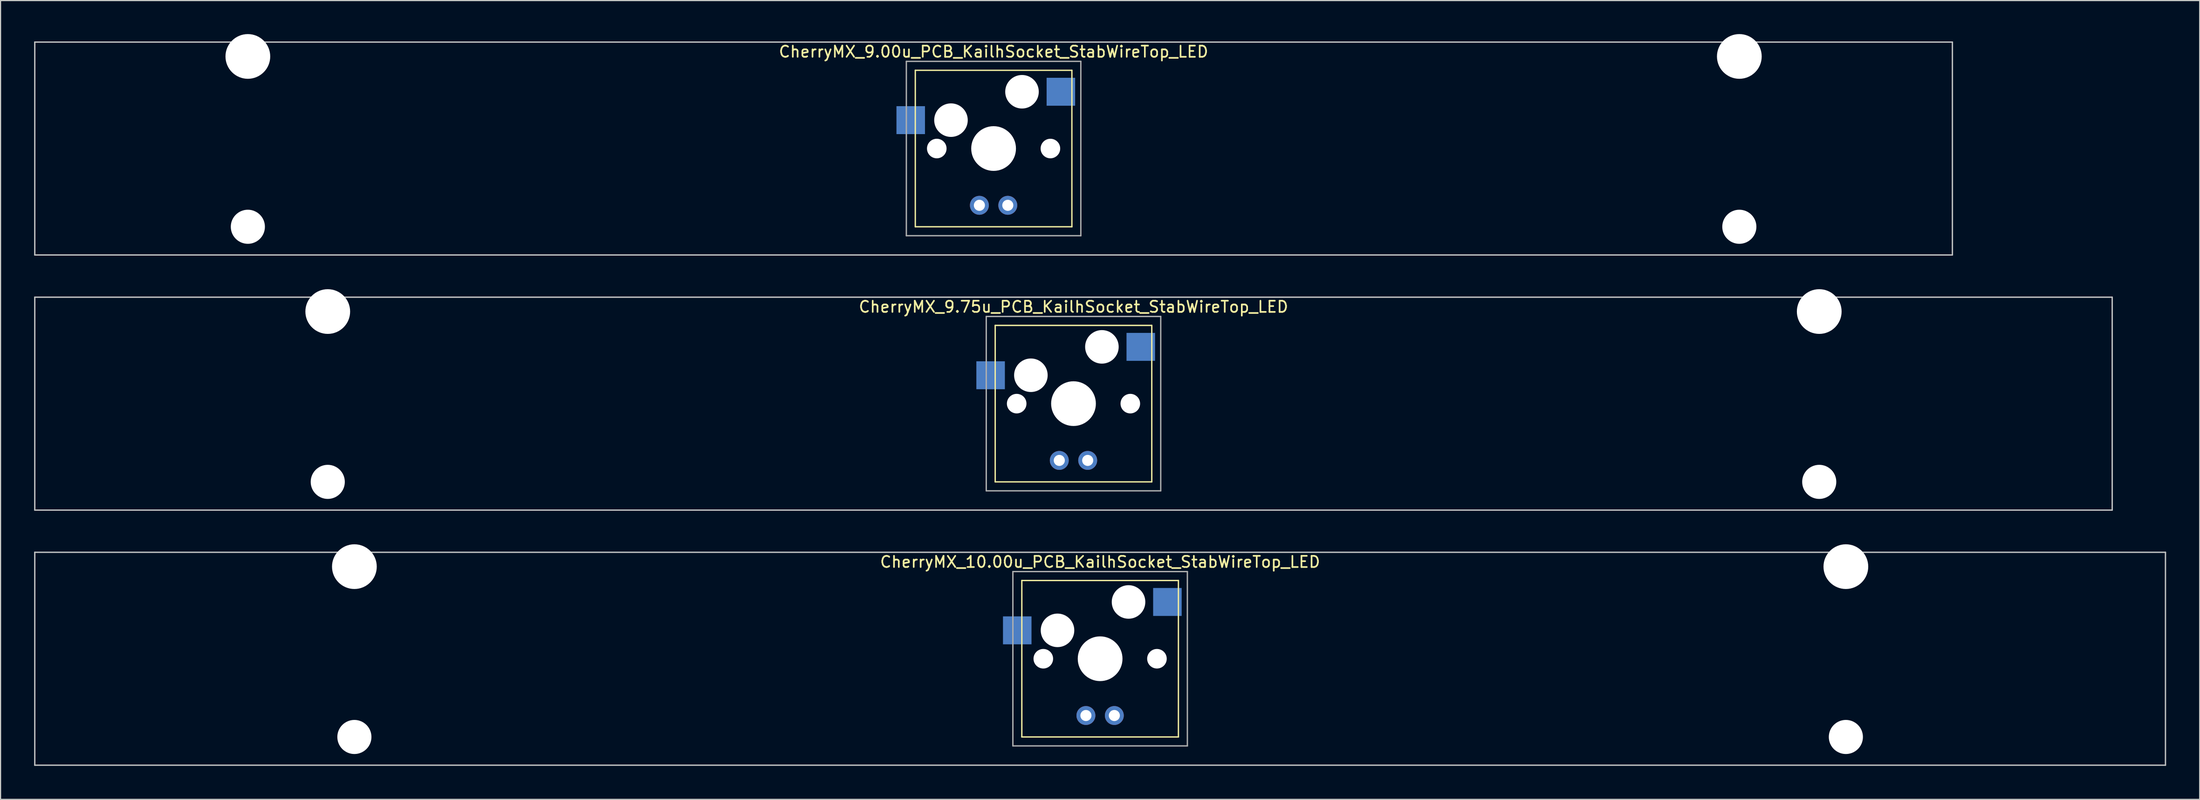
<source format=kicad_pcb>
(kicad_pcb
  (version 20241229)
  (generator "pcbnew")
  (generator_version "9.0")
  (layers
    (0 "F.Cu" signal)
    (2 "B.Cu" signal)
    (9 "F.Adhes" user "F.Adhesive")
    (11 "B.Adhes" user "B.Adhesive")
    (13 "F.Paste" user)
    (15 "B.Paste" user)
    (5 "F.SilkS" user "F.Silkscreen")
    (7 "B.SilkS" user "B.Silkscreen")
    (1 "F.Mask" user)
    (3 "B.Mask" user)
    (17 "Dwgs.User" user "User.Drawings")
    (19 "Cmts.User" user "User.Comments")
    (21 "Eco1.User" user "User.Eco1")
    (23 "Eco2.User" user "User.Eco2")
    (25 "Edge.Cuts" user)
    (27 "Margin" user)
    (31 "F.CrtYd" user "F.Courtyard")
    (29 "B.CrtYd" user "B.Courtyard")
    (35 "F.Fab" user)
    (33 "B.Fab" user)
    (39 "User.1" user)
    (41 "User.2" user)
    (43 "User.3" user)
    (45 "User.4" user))
  (footprint "CherryMX_10.00u_PCB_KailhSocket_StabWireTop_LED"
    (layer "F.Cu")
    (at 95.31 55.89)
    (property "Reference" "CherryMX_10.00u_PCB_KailhSocket_StabWireTop_LED" (at 0 -8.662 0) (layer "F.SilkS") (effects (font (size 1 1) (thickness 0.15))))
    (attr through_hole)
    (fp_line (start -7 -7) (end -7 7) (stroke (width 0.12) (type solid)) (layer "F.SilkS"))
    (fp_line (start -7 -7) (end 7 -7) (stroke (width 0.12) (type solid)) (layer "F.SilkS"))
    (fp_line (start 7 -7) (end 7 7) (stroke (width 0.12) (type solid)) (layer "F.SilkS"))
    (fp_line (start 7 7) (end -7 7) (stroke (width 0.12) (type solid)) (layer "F.SilkS"))
    (fp_line (start -95.25 -9.525) (end 95.25 -9.525) (stroke (width 0.12) (type solid)) (layer "Dwgs.User"))
    (fp_line (start -95.25 9.525) (end -95.25 -9.525) (stroke (width 0.12) (type solid)) (layer "Dwgs.User"))
    (fp_line (start 95.25 -9.525) (end 95.25 9.525) (stroke (width 0.12) (type solid)) (layer "Dwgs.User"))
    (fp_line (start 95.25 9.525) (end -95.25 9.525) (stroke (width 0.12) (type solid)) (layer "Dwgs.User"))
    (fp_line (start -7.8 -7.8) (end -7.8 7.8) (stroke (width 0.12) (type solid)) (layer "F.Fab"))
    (fp_line (start -7.8 -7.8) (end 7.8 -7.8) (stroke (width 0.12) (type solid)) (layer "F.Fab"))
    (fp_line (start -7.8 7.8) (end 7.8 7.8) (stroke (width 0.12) (type solid)) (layer "F.Fab"))
    (fp_line (start 7.8 -7.8) (end 7.8 7.8) (stroke (width 0.12) (type solid)) (layer "F.Fab"))
    (pad "" np_thru_hole circle (at -66.675 -8.24) (size 4 4) (drill 4) (layers "*.Cu" "*.Mask"))
    (pad "" np_thru_hole circle (at -66.675 7) (size 3.05 3.05) (drill 3.05) (layers "*.Cu" "*.Mask"))
    (pad "" np_thru_hole circle (at -5.08 0) (size 1.75 1.75) (drill 1.75) (layers "*.Cu" "*.Mask"))
    (pad "" np_thru_hole circle (at -3.81 -2.54) (size 3 3) (drill 3) (layers "*.Cu" "*.Mask"))
    (pad "" np_thru_hole circle (at 0 0) (size 4 4) (drill 4) (layers "*.Cu" "*.Mask"))
    (pad "" np_thru_hole circle (at 2.54 -5.08) (size 3 3) (drill 3) (layers "*.Cu" "*.Mask"))
    (pad "" np_thru_hole circle (at 5.08 0) (size 1.75 1.75) (drill 1.75) (layers "*.Cu" "*.Mask"))
    (pad "" np_thru_hole circle (at 66.675 -8.24) (size 4 4) (drill 4) (layers "*.Cu" "*.Mask"))
    (pad "" np_thru_hole circle (at 66.675 7) (size 3.05 3.05) (drill 3.05) (layers "*.Cu" "*.Mask"))
    (pad "1" smd rect (at -7.41 -2.54) (size 2.55 2.5) (layers "B.Cu" "B.Mask" "B.Paste"))
    (pad "2" smd rect (at 6.015 -5.08) (size 2.55 2.5) (layers "B.Cu" "B.Mask" "B.Paste"))
    (pad "3" thru_hole circle (at -1.27 5.08) (size 1.691 1.691) (drill 0.991) (layers "*.Cu" "*.Mask"))
    (pad "4" thru_hole circle (at 1.27 5.08) (size 1.691 1.691) (drill 0.991) (layers "*.Cu" "*.Mask")))
  (footprint "CherryMX_9.00u_PCB_KailhSocket_StabWireTop_LED"
    (layer "F.Cu")
    (at 85.785 10.24)
    (property "Reference" "CherryMX_9.00u_PCB_KailhSocket_StabWireTop_LED" (at 0 -8.662 0) (layer "F.SilkS") (effects (font (size 1 1) (thickness 0.15))))
    (attr through_hole)
    (fp_line (start -7 -7) (end -7 7) (stroke (width 0.12) (type solid)) (layer "F.SilkS"))
    (fp_line (start -7 -7) (end 7 -7) (stroke (width 0.12) (type solid)) (layer "F.SilkS"))
    (fp_line (start 7 -7) (end 7 7) (stroke (width 0.12) (type solid)) (layer "F.SilkS"))
    (fp_line (start 7 7) (end -7 7) (stroke (width 0.12) (type solid)) (layer "F.SilkS"))
    (fp_line (start -85.725 -9.525) (end 85.725 -9.525) (stroke (width 0.12) (type solid)) (layer "Dwgs.User"))
    (fp_line (start -85.725 9.525) (end -85.725 -9.525) (stroke (width 0.12) (type solid)) (layer "Dwgs.User"))
    (fp_line (start 85.725 -9.525) (end 85.725 9.525) (stroke (width 0.12) (type solid)) (layer "Dwgs.User"))
    (fp_line (start 85.725 9.525) (end -85.725 9.525) (stroke (width 0.12) (type solid)) (layer "Dwgs.User"))
    (fp_line (start -7.8 -7.8) (end -7.8 7.8) (stroke (width 0.12) (type solid)) (layer "F.Fab"))
    (fp_line (start -7.8 -7.8) (end 7.8 -7.8) (stroke (width 0.12) (type solid)) (layer "F.Fab"))
    (fp_line (start -7.8 7.8) (end 7.8 7.8) (stroke (width 0.12) (type solid)) (layer "F.Fab"))
    (fp_line (start 7.8 -7.8) (end 7.8 7.8) (stroke (width 0.12) (type solid)) (layer "F.Fab"))
    (pad "" np_thru_hole circle (at -66.675 -8.24) (size 4 4) (drill 4) (layers "*.Cu" "*.Mask"))
    (pad "" np_thru_hole circle (at -66.675 7) (size 3.05 3.05) (drill 3.05) (layers "*.Cu" "*.Mask"))
    (pad "" np_thru_hole circle (at -5.08 0) (size 1.75 1.75) (drill 1.75) (layers "*.Cu" "*.Mask"))
    (pad "" np_thru_hole circle (at -3.81 -2.54) (size 3 3) (drill 3) (layers "*.Cu" "*.Mask"))
    (pad "" np_thru_hole circle (at 0 0) (size 4 4) (drill 4) (layers "*.Cu" "*.Mask"))
    (pad "" np_thru_hole circle (at 2.54 -5.08) (size 3 3) (drill 3) (layers "*.Cu" "*.Mask"))
    (pad "" np_thru_hole circle (at 5.08 0) (size 1.75 1.75) (drill 1.75) (layers "*.Cu" "*.Mask"))
    (pad "" np_thru_hole circle (at 66.675 -8.24) (size 4 4) (drill 4) (layers "*.Cu" "*.Mask"))
    (pad "" np_thru_hole circle (at 66.675 7) (size 3.05 3.05) (drill 3.05) (layers "*.Cu" "*.Mask"))
    (pad "1" smd rect (at -7.41 -2.54) (size 2.55 2.5) (layers "B.Cu" "B.Mask" "B.Paste"))
    (pad "2" smd rect (at 6.015 -5.08) (size 2.55 2.5) (layers "B.Cu" "B.Mask" "B.Paste"))
    (pad "3" thru_hole circle (at -1.27 5.08) (size 1.691 1.691) (drill 0.991) (layers "*.Cu" "*.Mask"))
    (pad "4" thru_hole circle (at 1.27 5.08) (size 1.691 1.691) (drill 0.991) (layers "*.Cu" "*.Mask")))
  (footprint "CherryMX_9.75u_PCB_KailhSocket_StabWireTop_LED"
    (layer "F.Cu")
    (at 92.929 33.065)
    (property "Reference" "CherryMX_9.75u_PCB_KailhSocket_StabWireTop_LED" (at 0 -8.662 0) (layer "F.SilkS") (effects (font (size 1 1) (thickness 0.15))))
    (attr through_hole)
    (fp_line (start -7 -7) (end -7 7) (stroke (width 0.12) (type solid)) (layer "F.SilkS"))
    (fp_line (start -7 -7) (end 7 -7) (stroke (width 0.12) (type solid)) (layer "F.SilkS"))
    (fp_line (start 7 -7) (end 7 7) (stroke (width 0.12) (type solid)) (layer "F.SilkS"))
    (fp_line (start 7 7) (end -7 7) (stroke (width 0.12) (type solid)) (layer "F.SilkS"))
    (fp_line (start -92.869 -9.525) (end 92.869 -9.525) (stroke (width 0.12) (type solid)) (layer "Dwgs.User"))
    (fp_line (start -92.869 9.525) (end -92.869 -9.525) (stroke (width 0.12) (type solid)) (layer "Dwgs.User"))
    (fp_line (start 92.869 -9.525) (end 92.869 9.525) (stroke (width 0.12) (type solid)) (layer "Dwgs.User"))
    (fp_line (start 92.869 9.525) (end -92.869 9.525) (stroke (width 0.12) (type solid)) (layer "Dwgs.User"))
    (fp_line (start -7.8 -7.8) (end -7.8 7.8) (stroke (width 0.12) (type solid)) (layer "F.Fab"))
    (fp_line (start -7.8 -7.8) (end 7.8 -7.8) (stroke (width 0.12) (type solid)) (layer "F.Fab"))
    (fp_line (start -7.8 7.8) (end 7.8 7.8) (stroke (width 0.12) (type solid)) (layer "F.Fab"))
    (fp_line (start 7.8 -7.8) (end 7.8 7.8) (stroke (width 0.12) (type solid)) (layer "F.Fab"))
    (pad "" np_thru_hole circle (at -66.675 -8.24) (size 4 4) (drill 4) (layers "*.Cu" "*.Mask"))
    (pad "" np_thru_hole circle (at -66.675 7) (size 3.05 3.05) (drill 3.05) (layers "*.Cu" "*.Mask"))
    (pad "" np_thru_hole circle (at -5.08 0) (size 1.75 1.75) (drill 1.75) (layers "*.Cu" "*.Mask"))
    (pad "" np_thru_hole circle (at -3.81 -2.54) (size 3 3) (drill 3) (layers "*.Cu" "*.Mask"))
    (pad "" np_thru_hole circle (at 0 0) (size 4 4) (drill 4) (layers "*.Cu" "*.Mask"))
    (pad "" np_thru_hole circle (at 2.54 -5.08) (size 3 3) (drill 3) (layers "*.Cu" "*.Mask"))
    (pad "" np_thru_hole circle (at 5.08 0) (size 1.75 1.75) (drill 1.75) (layers "*.Cu" "*.Mask"))
    (pad "" np_thru_hole circle (at 66.675 -8.24) (size 4 4) (drill 4) (layers "*.Cu" "*.Mask"))
    (pad "" np_thru_hole circle (at 66.675 7) (size 3.05 3.05) (drill 3.05) (layers "*.Cu" "*.Mask"))
    (pad "1" smd rect (at -7.41 -2.54) (size 2.55 2.5) (layers "B.Cu" "B.Mask" "B.Paste"))
    (pad "2" smd rect (at 6.015 -5.08) (size 2.55 2.5) (layers "B.Cu" "B.Mask" "B.Paste"))
    (pad "3" thru_hole circle (at -1.27 5.08) (size 1.691 1.691) (drill 0.991) (layers "*.Cu" "*.Mask"))
    (pad "4" thru_hole circle (at 1.27 5.08) (size 1.691 1.691) (drill 0.991) (layers "*.Cu" "*.Mask")))
  (gr_rect
    (start -3 -3)
    (end 193.62 68.475)
    (stroke (width 0.1) (type default))
    (fill no)
    (layer "Edge.Cuts")))
</source>
